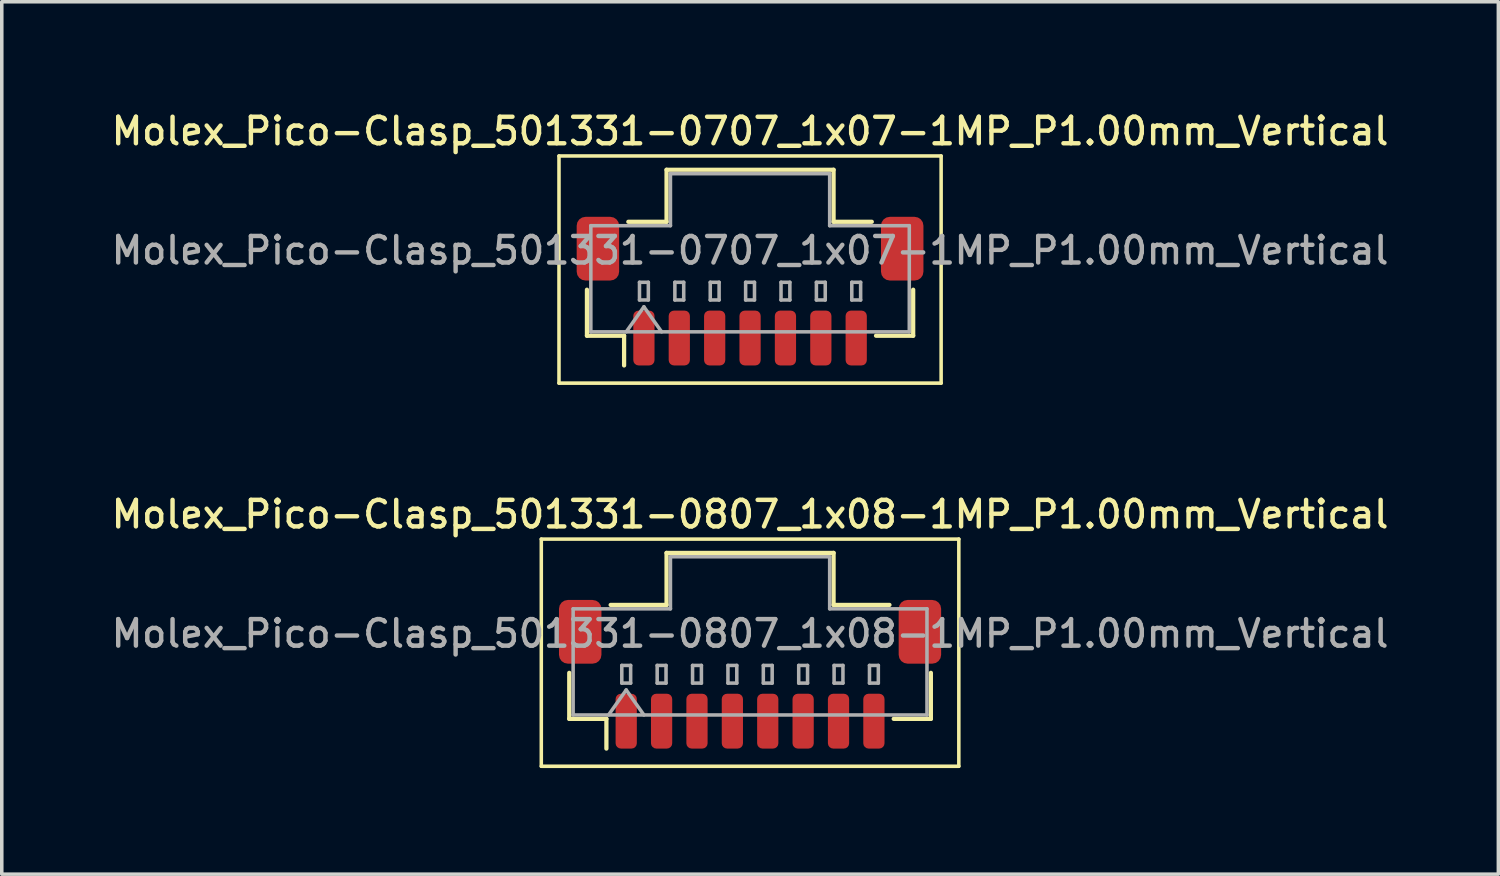
<source format=kicad_pcb>
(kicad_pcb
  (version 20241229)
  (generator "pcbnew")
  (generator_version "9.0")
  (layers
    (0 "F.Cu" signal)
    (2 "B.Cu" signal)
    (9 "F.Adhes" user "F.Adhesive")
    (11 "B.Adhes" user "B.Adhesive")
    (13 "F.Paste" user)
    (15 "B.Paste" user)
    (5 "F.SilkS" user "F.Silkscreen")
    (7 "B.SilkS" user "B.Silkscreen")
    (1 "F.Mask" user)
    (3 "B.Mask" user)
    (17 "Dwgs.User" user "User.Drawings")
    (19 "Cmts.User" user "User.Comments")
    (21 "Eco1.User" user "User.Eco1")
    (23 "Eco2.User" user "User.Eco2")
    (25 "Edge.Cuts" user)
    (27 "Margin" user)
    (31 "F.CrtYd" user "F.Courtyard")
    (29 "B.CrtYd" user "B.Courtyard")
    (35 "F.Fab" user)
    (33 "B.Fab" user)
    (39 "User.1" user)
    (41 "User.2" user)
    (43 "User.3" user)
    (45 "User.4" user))
  (footprint "Molex_Pico-Clasp_501331-0707_1x07-1MP_P1.00mm_Vertical"
    (layer "F.Cu")
    (at 18.148 5.178)
    (property "Reference" "Molex_Pico-Clasp_501331-0707_1x07-1MP_P1.00mm_Vertical" (at 0 -4.52 0) (layer "F.SilkS") (effects (font (size 0.75 0.75) (thickness 0.125))))
    (attr smd)
    (fp_line (start -5.4 -3.82) (end -5.4 2.6) (stroke (width 0.1) (type solid)) (layer "F.SilkS"))
    (fp_line (start -5.4 2.6) (end 5.4 2.6) (stroke (width 0.1) (type solid)) (layer "F.SilkS"))
    (fp_line (start -4.61 -0.04) (end -4.61 1.26) (stroke (width 0.12) (type solid)) (layer "F.SilkS"))
    (fp_line (start -4.61 1.26) (end -3.56 1.26) (stroke (width 0.12) (type solid)) (layer "F.SilkS"))
    (fp_line (start -3.56 1.26) (end -3.56 2.1) (stroke (width 0.12) (type solid)) (layer "F.SilkS"))
    (fp_line (start -3.44 -1.96) (end -2.36 -1.96) (stroke (width 0.12) (type solid)) (layer "F.SilkS"))
    (fp_line (start -2.36 -3.43) (end 2.36 -3.43) (stroke (width 0.12) (type solid)) (layer "F.SilkS"))
    (fp_line (start -2.36 -1.96) (end -2.36 -3.43) (stroke (width 0.12) (type solid)) (layer "F.SilkS"))
    (fp_line (start 2.36 -3.43) (end 2.36 -1.96) (stroke (width 0.12) (type solid)) (layer "F.SilkS"))
    (fp_line (start 2.36 -1.96) (end 3.44 -1.96) (stroke (width 0.12) (type solid)) (layer "F.SilkS"))
    (fp_line (start 4.61 -0.04) (end 4.61 1.26) (stroke (width 0.12) (type solid)) (layer "F.SilkS"))
    (fp_line (start 4.61 1.26) (end 3.56 1.26) (stroke (width 0.12) (type solid)) (layer "F.SilkS"))
    (fp_line (start 5.4 -3.82) (end -5.4 -3.82) (stroke (width 0.1) (type solid)) (layer "F.SilkS"))
    (fp_line (start 5.4 2.6) (end 5.4 -3.82) (stroke (width 0.1) (type solid)) (layer "F.SilkS"))
    (fp_line (start -4.5 -1.85) (end -2.25 -1.85) (stroke (width 0.1) (type solid)) (layer "F.Fab"))
    (fp_line (start -4.5 1.15) (end -4.5 -1.85) (stroke (width 0.1) (type solid)) (layer "F.Fab"))
    (fp_line (start -4.5 1.15) (end 4.5 1.15) (stroke (width 0.1) (type solid)) (layer "F.Fab"))
    (fp_line (start -3.5 1.15) (end -3 0.443) (stroke (width 0.1) (type solid)) (layer "F.Fab"))
    (fp_line (start -3.125 -0.25) (end -3.125 0.25) (stroke (width 0.1) (type solid)) (layer "F.Fab"))
    (fp_line (start -3.125 0.25) (end -2.875 0.25) (stroke (width 0.1) (type solid)) (layer "F.Fab"))
    (fp_line (start -3 0.443) (end -2.5 1.15) (stroke (width 0.1) (type solid)) (layer "F.Fab"))
    (fp_line (start -2.875 -0.25) (end -3.125 -0.25) (stroke (width 0.1) (type solid)) (layer "F.Fab"))
    (fp_line (start -2.875 0.25) (end -2.875 -0.25) (stroke (width 0.1) (type solid)) (layer "F.Fab"))
    (fp_line (start -2.25 -3.32) (end 2.25 -3.32) (stroke (width 0.1) (type solid)) (layer "F.Fab"))
    (fp_line (start -2.25 -1.85) (end -2.25 -3.32) (stroke (width 0.1) (type solid)) (layer "F.Fab"))
    (fp_line (start -2.125 -0.25) (end -2.125 0.25) (stroke (width 0.1) (type solid)) (layer "F.Fab"))
    (fp_line (start -2.125 0.25) (end -1.875 0.25) (stroke (width 0.1) (type solid)) (layer "F.Fab"))
    (fp_line (start -1.875 -0.25) (end -2.125 -0.25) (stroke (width 0.1) (type solid)) (layer "F.Fab"))
    (fp_line (start -1.875 0.25) (end -1.875 -0.25) (stroke (width 0.1) (type solid)) (layer "F.Fab"))
    (fp_line (start -1.125 -0.25) (end -1.125 0.25) (stroke (width 0.1) (type solid)) (layer "F.Fab"))
    (fp_line (start -1.125 0.25) (end -0.875 0.25) (stroke (width 0.1) (type solid)) (layer "F.Fab"))
    (fp_line (start -0.875 -0.25) (end -1.125 -0.25) (stroke (width 0.1) (type solid)) (layer "F.Fab"))
    (fp_line (start -0.875 0.25) (end -0.875 -0.25) (stroke (width 0.1) (type solid)) (layer "F.Fab"))
    (fp_line (start -0.125 -0.25) (end -0.125 0.25) (stroke (width 0.1) (type solid)) (layer "F.Fab"))
    (fp_line (start -0.125 0.25) (end 0.125 0.25) (stroke (width 0.1) (type solid)) (layer "F.Fab"))
    (fp_line (start 0.125 -0.25) (end -0.125 -0.25) (stroke (width 0.1) (type solid)) (layer "F.Fab"))
    (fp_line (start 0.125 0.25) (end 0.125 -0.25) (stroke (width 0.1) (type solid)) (layer "F.Fab"))
    (fp_line (start 0.875 -0.25) (end 0.875 0.25) (stroke (width 0.1) (type solid)) (layer "F.Fab"))
    (fp_line (start 0.875 0.25) (end 1.125 0.25) (stroke (width 0.1) (type solid)) (layer "F.Fab"))
    (fp_line (start 1.125 -0.25) (end 0.875 -0.25) (stroke (width 0.1) (type solid)) (layer "F.Fab"))
    (fp_line (start 1.125 0.25) (end 1.125 -0.25) (stroke (width 0.1) (type solid)) (layer "F.Fab"))
    (fp_line (start 1.875 -0.25) (end 1.875 0.25) (stroke (width 0.1) (type solid)) (layer "F.Fab"))
    (fp_line (start 1.875 0.25) (end 2.125 0.25) (stroke (width 0.1) (type solid)) (layer "F.Fab"))
    (fp_line (start 2.125 -0.25) (end 1.875 -0.25) (stroke (width 0.1) (type solid)) (layer "F.Fab"))
    (fp_line (start 2.125 0.25) (end 2.125 -0.25) (stroke (width 0.1) (type solid)) (layer "F.Fab"))
    (fp_line (start 2.25 -3.32) (end 2.25 -1.85) (stroke (width 0.1) (type solid)) (layer "F.Fab"))
    (fp_line (start 2.25 -1.85) (end 4.5 -1.85) (stroke (width 0.1) (type solid)) (layer "F.Fab"))
    (fp_line (start 2.875 -0.25) (end 2.875 0.25) (stroke (width 0.1) (type solid)) (layer "F.Fab"))
    (fp_line (start 2.875 0.25) (end 3.125 0.25) (stroke (width 0.1) (type solid)) (layer "F.Fab"))
    (fp_line (start 3.125 -0.25) (end 2.875 -0.25) (stroke (width 0.1) (type solid)) (layer "F.Fab"))
    (fp_line (start 3.125 0.25) (end 3.125 -0.25) (stroke (width 0.1) (type solid)) (layer "F.Fab"))
    (fp_line (start 4.5 1.15) (end 4.5 -1.85) (stroke (width 0.1) (type solid)) (layer "F.Fab"))
    (fp_text user "${REFERENCE}" (at 0 -1.15 0) (layer "F.Fab") (effects (font (size 0.75 0.75) (thickness 0.125))))
    (pad "1" smd roundrect (at -3 1.325) (size 0.6 1.55) (layers "F.Cu" "F.Mask" "F.Paste") (roundrect_rratio 0.25))
    (pad "2" smd roundrect (at -2 1.325) (size 0.6 1.55) (layers "F.Cu" "F.Mask" "F.Paste") (roundrect_rratio 0.25))
    (pad "3" smd roundrect (at -1 1.325) (size 0.6 1.55) (layers "F.Cu" "F.Mask" "F.Paste") (roundrect_rratio 0.25))
    (pad "4" smd roundrect (at 0 1.325) (size 0.6 1.55) (layers "F.Cu" "F.Mask" "F.Paste") (roundrect_rratio 0.25))
    (pad "5" smd roundrect (at 1 1.325) (size 0.6 1.55) (layers "F.Cu" "F.Mask" "F.Paste") (roundrect_rratio 0.25))
    (pad "6" smd roundrect (at 2 1.325) (size 0.6 1.55) (layers "F.Cu" "F.Mask" "F.Paste") (roundrect_rratio 0.25))
    (pad "7" smd roundrect (at 3 1.325) (size 0.6 1.55) (layers "F.Cu" "F.Mask" "F.Paste") (roundrect_rratio 0.25))
    (pad "MP" smd roundrect (at -4.3 -1.2) (size 1.2 1.8) (layers "F.Cu" "F.Mask" "F.Paste") (roundrect_rratio 0.208))
    (pad "MP" smd roundrect (at 4.3 -1.2) (size 1.2 1.8) (layers "F.Cu" "F.Mask" "F.Paste") (roundrect_rratio 0.208)))
  (footprint "Molex_Pico-Clasp_501331-0807_1x08-1MP_P1.00mm_Vertical"
    (layer "F.Cu")
    (at 18.148 16.006)
    (property "Reference" "Molex_Pico-Clasp_501331-0807_1x08-1MP_P1.00mm_Vertical" (at 0 -4.52 0) (layer "F.SilkS") (effects (font (size 0.75 0.75) (thickness 0.125))))
    (attr smd)
    (fp_line (start -5.9 -3.82) (end -5.9 2.6) (stroke (width 0.1) (type solid)) (layer "F.SilkS"))
    (fp_line (start -5.9 2.6) (end 5.9 2.6) (stroke (width 0.1) (type solid)) (layer "F.SilkS"))
    (fp_line (start -5.11 -0.04) (end -5.11 1.26) (stroke (width 0.12) (type solid)) (layer "F.SilkS"))
    (fp_line (start -5.11 1.26) (end -4.06 1.26) (stroke (width 0.12) (type solid)) (layer "F.SilkS"))
    (fp_line (start -4.06 1.26) (end -4.06 2.1) (stroke (width 0.12) (type solid)) (layer "F.SilkS"))
    (fp_line (start -3.94 -1.96) (end -2.36 -1.96) (stroke (width 0.12) (type solid)) (layer "F.SilkS"))
    (fp_line (start -2.36 -3.43) (end 2.36 -3.43) (stroke (width 0.12) (type solid)) (layer "F.SilkS"))
    (fp_line (start -2.36 -1.96) (end -2.36 -3.43) (stroke (width 0.12) (type solid)) (layer "F.SilkS"))
    (fp_line (start 2.36 -3.43) (end 2.36 -1.96) (stroke (width 0.12) (type solid)) (layer "F.SilkS"))
    (fp_line (start 2.36 -1.96) (end 3.94 -1.96) (stroke (width 0.12) (type solid)) (layer "F.SilkS"))
    (fp_line (start 5.11 -0.04) (end 5.11 1.26) (stroke (width 0.12) (type solid)) (layer "F.SilkS"))
    (fp_line (start 5.11 1.26) (end 4.06 1.26) (stroke (width 0.12) (type solid)) (layer "F.SilkS"))
    (fp_line (start 5.9 -3.82) (end -5.9 -3.82) (stroke (width 0.1) (type solid)) (layer "F.SilkS"))
    (fp_line (start 5.9 2.6) (end 5.9 -3.82) (stroke (width 0.1) (type solid)) (layer "F.SilkS"))
    (fp_line (start -5 -1.85) (end -2.25 -1.85) (stroke (width 0.1) (type solid)) (layer "F.Fab"))
    (fp_line (start -5 1.15) (end -5 -1.85) (stroke (width 0.1) (type solid)) (layer "F.Fab"))
    (fp_line (start -5 1.15) (end 5 1.15) (stroke (width 0.1) (type solid)) (layer "F.Fab"))
    (fp_line (start -4 1.15) (end -3.5 0.443) (stroke (width 0.1) (type solid)) (layer "F.Fab"))
    (fp_line (start -3.625 -0.25) (end -3.625 0.25) (stroke (width 0.1) (type solid)) (layer "F.Fab"))
    (fp_line (start -3.625 0.25) (end -3.375 0.25) (stroke (width 0.1) (type solid)) (layer "F.Fab"))
    (fp_line (start -3.5 0.443) (end -3 1.15) (stroke (width 0.1) (type solid)) (layer "F.Fab"))
    (fp_line (start -3.375 -0.25) (end -3.625 -0.25) (stroke (width 0.1) (type solid)) (layer "F.Fab"))
    (fp_line (start -3.375 0.25) (end -3.375 -0.25) (stroke (width 0.1) (type solid)) (layer "F.Fab"))
    (fp_line (start -2.625 -0.25) (end -2.625 0.25) (stroke (width 0.1) (type solid)) (layer "F.Fab"))
    (fp_line (start -2.625 0.25) (end -2.375 0.25) (stroke (width 0.1) (type solid)) (layer "F.Fab"))
    (fp_line (start -2.375 -0.25) (end -2.625 -0.25) (stroke (width 0.1) (type solid)) (layer "F.Fab"))
    (fp_line (start -2.375 0.25) (end -2.375 -0.25) (stroke (width 0.1) (type solid)) (layer "F.Fab"))
    (fp_line (start -2.25 -3.32) (end 2.25 -3.32) (stroke (width 0.1) (type solid)) (layer "F.Fab"))
    (fp_line (start -2.25 -1.85) (end -2.25 -3.32) (stroke (width 0.1) (type solid)) (layer "F.Fab"))
    (fp_line (start -1.625 -0.25) (end -1.625 0.25) (stroke (width 0.1) (type solid)) (layer "F.Fab"))
    (fp_line (start -1.625 0.25) (end -1.375 0.25) (stroke (width 0.1) (type solid)) (layer "F.Fab"))
    (fp_line (start -1.375 -0.25) (end -1.625 -0.25) (stroke (width 0.1) (type solid)) (layer "F.Fab"))
    (fp_line (start -1.375 0.25) (end -1.375 -0.25) (stroke (width 0.1) (type solid)) (layer "F.Fab"))
    (fp_line (start -0.625 -0.25) (end -0.625 0.25) (stroke (width 0.1) (type solid)) (layer "F.Fab"))
    (fp_line (start -0.625 0.25) (end -0.375 0.25) (stroke (width 0.1) (type solid)) (layer "F.Fab"))
    (fp_line (start -0.375 -0.25) (end -0.625 -0.25) (stroke (width 0.1) (type solid)) (layer "F.Fab"))
    (fp_line (start -0.375 0.25) (end -0.375 -0.25) (stroke (width 0.1) (type solid)) (layer "F.Fab"))
    (fp_line (start 0.375 -0.25) (end 0.375 0.25) (stroke (width 0.1) (type solid)) (layer "F.Fab"))
    (fp_line (start 0.375 0.25) (end 0.625 0.25) (stroke (width 0.1) (type solid)) (layer "F.Fab"))
    (fp_line (start 0.625 -0.25) (end 0.375 -0.25) (stroke (width 0.1) (type solid)) (layer "F.Fab"))
    (fp_line (start 0.625 0.25) (end 0.625 -0.25) (stroke (width 0.1) (type solid)) (layer "F.Fab"))
    (fp_line (start 1.375 -0.25) (end 1.375 0.25) (stroke (width 0.1) (type solid)) (layer "F.Fab"))
    (fp_line (start 1.375 0.25) (end 1.625 0.25) (stroke (width 0.1) (type solid)) (layer "F.Fab"))
    (fp_line (start 1.625 -0.25) (end 1.375 -0.25) (stroke (width 0.1) (type solid)) (layer "F.Fab"))
    (fp_line (start 1.625 0.25) (end 1.625 -0.25) (stroke (width 0.1) (type solid)) (layer "F.Fab"))
    (fp_line (start 2.25 -3.32) (end 2.25 -1.85) (stroke (width 0.1) (type solid)) (layer "F.Fab"))
    (fp_line (start 2.25 -1.85) (end 5 -1.85) (stroke (width 0.1) (type solid)) (layer "F.Fab"))
    (fp_line (start 2.375 -0.25) (end 2.375 0.25) (stroke (width 0.1) (type solid)) (layer "F.Fab"))
    (fp_line (start 2.375 0.25) (end 2.625 0.25) (stroke (width 0.1) (type solid)) (layer "F.Fab"))
    (fp_line (start 2.625 -0.25) (end 2.375 -0.25) (stroke (width 0.1) (type solid)) (layer "F.Fab"))
    (fp_line (start 2.625 0.25) (end 2.625 -0.25) (stroke (width 0.1) (type solid)) (layer "F.Fab"))
    (fp_line (start 3.375 -0.25) (end 3.375 0.25) (stroke (width 0.1) (type solid)) (layer "F.Fab"))
    (fp_line (start 3.375 0.25) (end 3.625 0.25) (stroke (width 0.1) (type solid)) (layer "F.Fab"))
    (fp_line (start 3.625 -0.25) (end 3.375 -0.25) (stroke (width 0.1) (type solid)) (layer "F.Fab"))
    (fp_line (start 3.625 0.25) (end 3.625 -0.25) (stroke (width 0.1) (type solid)) (layer "F.Fab"))
    (fp_line (start 5 1.15) (end 5 -1.85) (stroke (width 0.1) (type solid)) (layer "F.Fab"))
    (fp_text user "${REFERENCE}" (at 0 -1.15 0) (layer "F.Fab") (effects (font (size 0.75 0.75) (thickness 0.125))))
    (pad "1" smd roundrect (at -3.5 1.325) (size 0.6 1.55) (layers "F.Cu" "F.Mask" "F.Paste") (roundrect_rratio 0.25))
    (pad "2" smd roundrect (at -2.5 1.325) (size 0.6 1.55) (layers "F.Cu" "F.Mask" "F.Paste") (roundrect_rratio 0.25))
    (pad "3" smd roundrect (at -1.5 1.325) (size 0.6 1.55) (layers "F.Cu" "F.Mask" "F.Paste") (roundrect_rratio 0.25))
    (pad "4" smd roundrect (at -0.5 1.325) (size 0.6 1.55) (layers "F.Cu" "F.Mask" "F.Paste") (roundrect_rratio 0.25))
    (pad "5" smd roundrect (at 0.5 1.325) (size 0.6 1.55) (layers "F.Cu" "F.Mask" "F.Paste") (roundrect_rratio 0.25))
    (pad "6" smd roundrect (at 1.5 1.325) (size 0.6 1.55) (layers "F.Cu" "F.Mask" "F.Paste") (roundrect_rratio 0.25))
    (pad "7" smd roundrect (at 2.5 1.325) (size 0.6 1.55) (layers "F.Cu" "F.Mask" "F.Paste") (roundrect_rratio 0.25))
    (pad "8" smd roundrect (at 3.5 1.325) (size 0.6 1.55) (layers "F.Cu" "F.Mask" "F.Paste") (roundrect_rratio 0.25))
    (pad "MP" smd roundrect (at -4.8 -1.2) (size 1.2 1.8) (layers "F.Cu" "F.Mask" "F.Paste") (roundrect_rratio 0.208))
    (pad "MP" smd roundrect (at 4.8 -1.2) (size 1.2 1.8) (layers "F.Cu" "F.Mask" "F.Paste") (roundrect_rratio 0.208)))
  (gr_rect
    (start -3 -3)
    (end 39.296 21.656)
    (stroke (width 0.1) (type default))
    (fill no)
    (layer "Edge.Cuts")))
</source>
